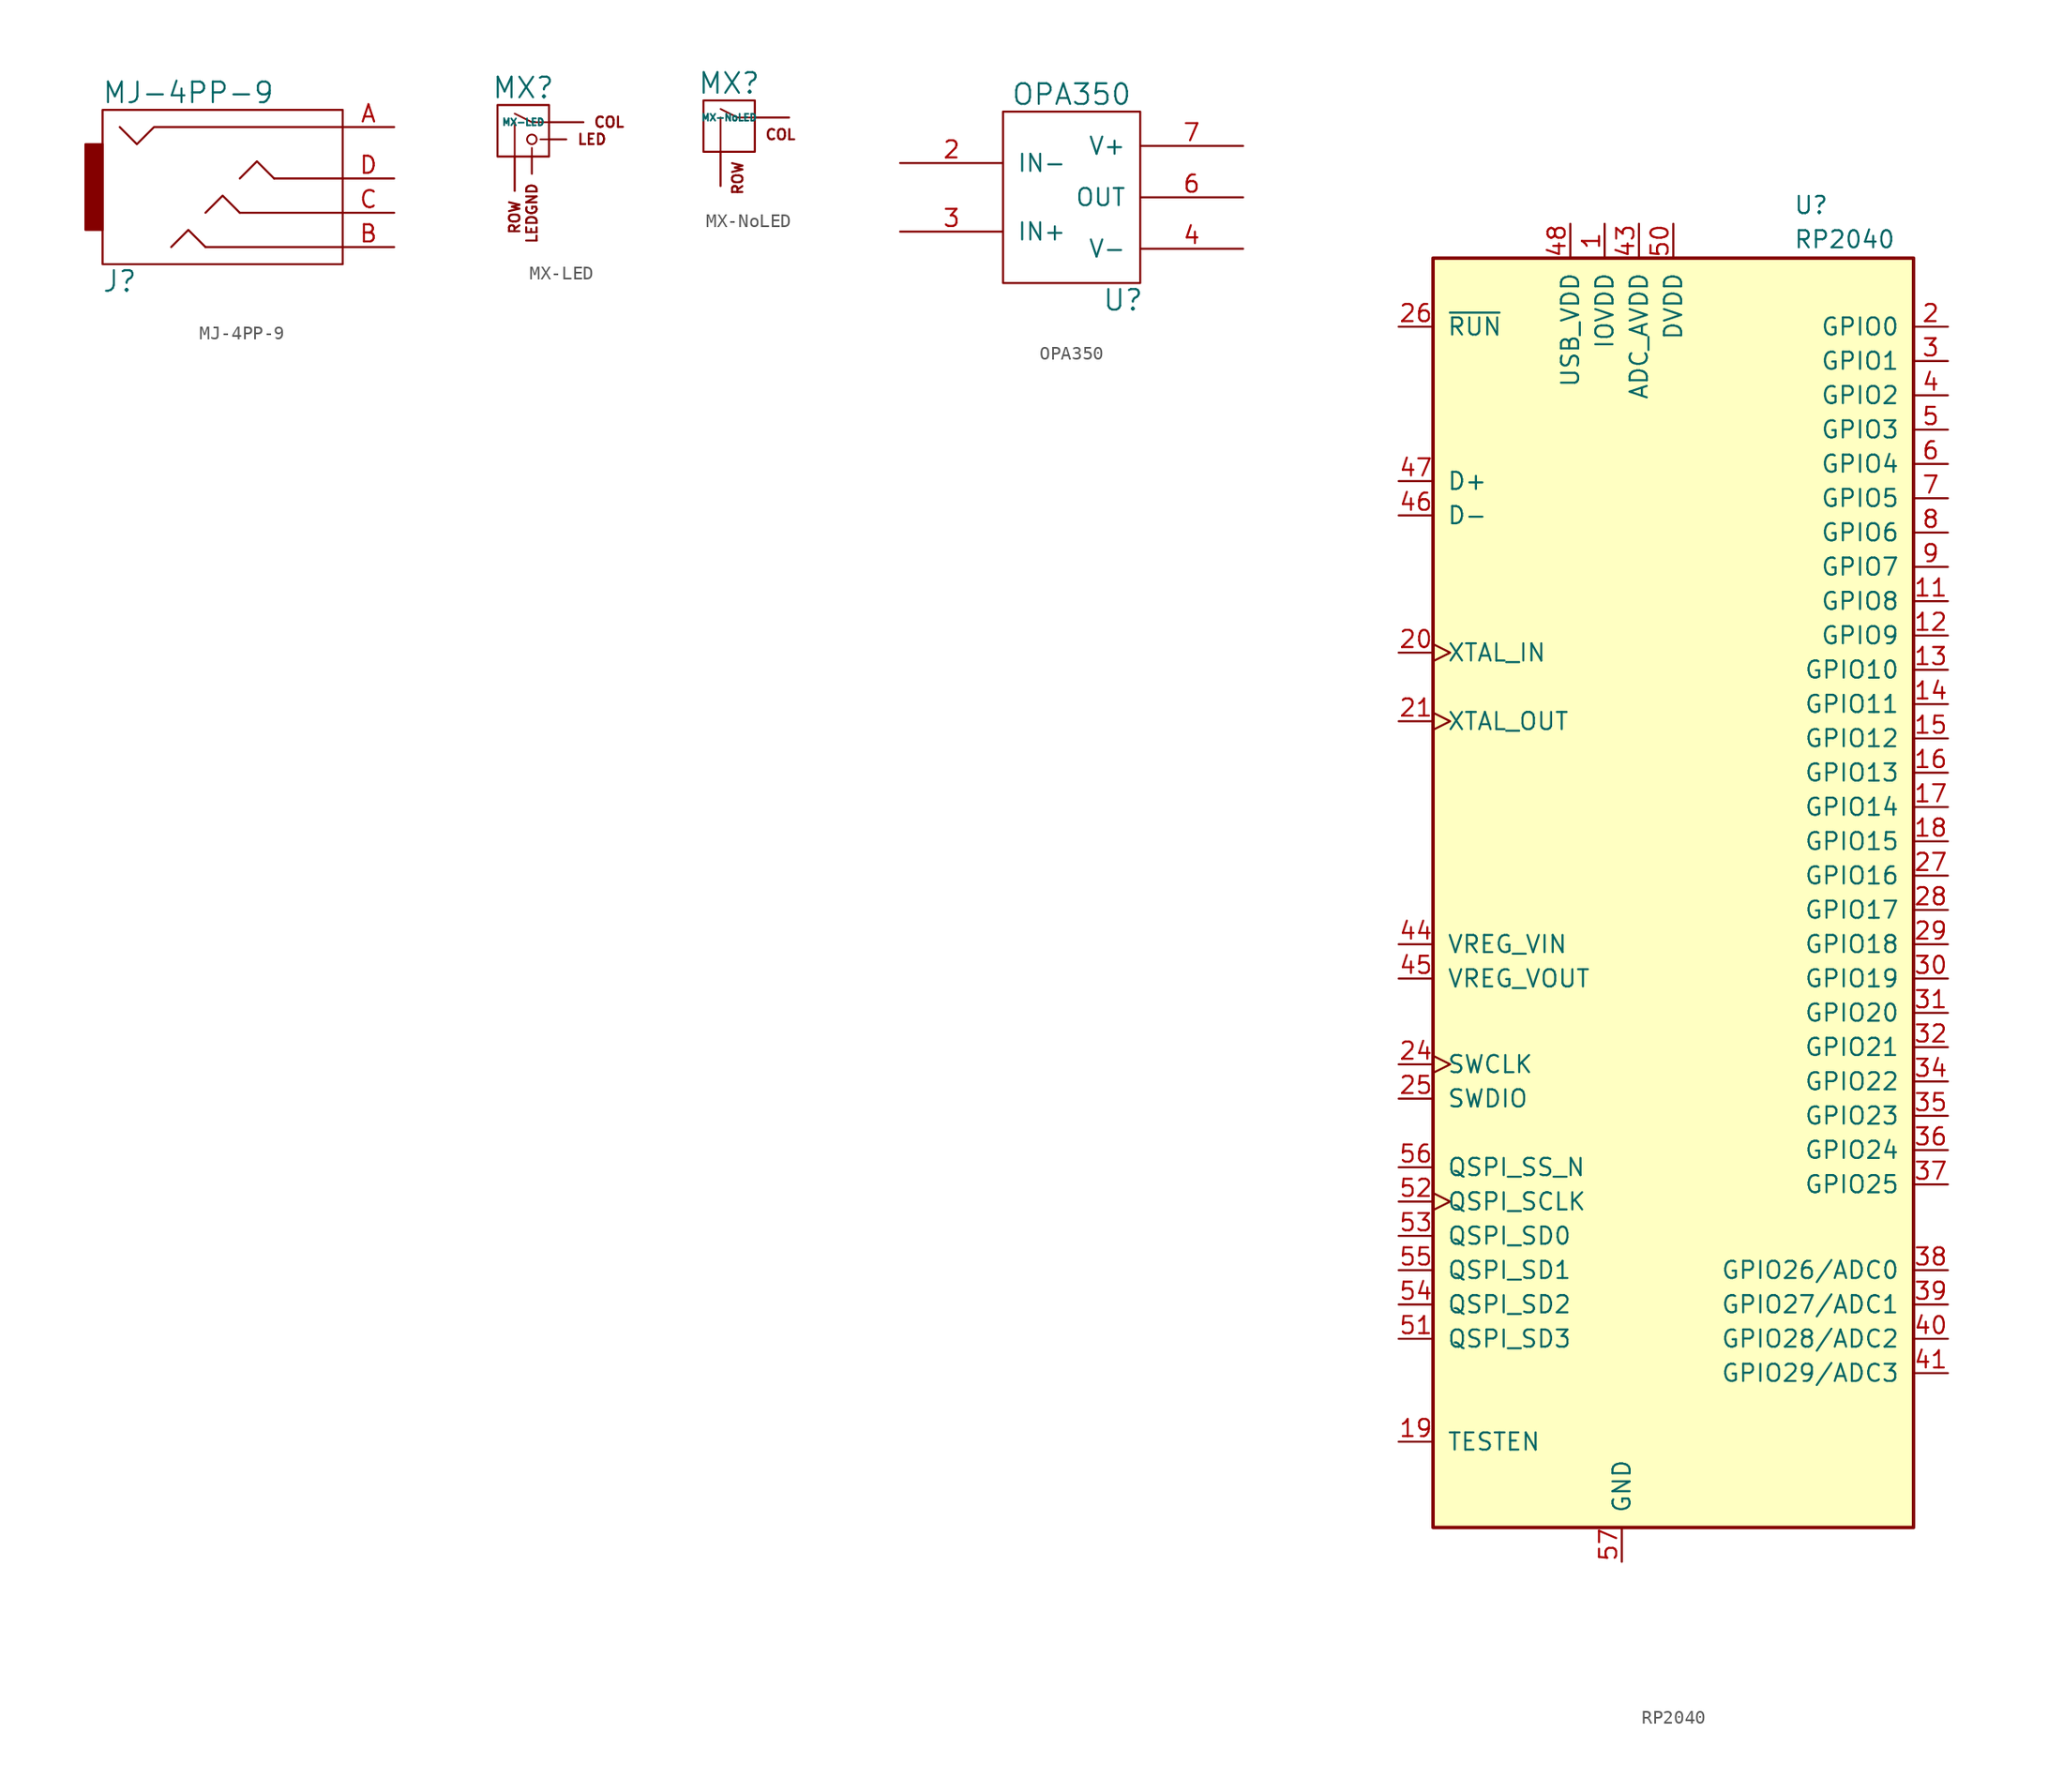
<source format=kicad_sym>
(kicad_symbol_lib
  (version 20211014)
  (generator kicad_symbol_editor)
  (symbol "MJ-4PP-9"
    (pin_names
      (offset 1.016))
    (property "Reference" "J"
      (at -8.89 -7.62 0)
      (effects (font (size 1.524 1.524))))
    (property "Value" "MJ-4PP-9"
      (at -3.81 6.35 0)
      (effects (font (size 1.524 1.524))))
    (property "Footprint" ""
      (at 0 0 0)
      (effects (font (size 1.524 1.524))))
    (property "Datasheet" ""
      (at 0 0 0)
      (effects (font (size 1.524 1.524))))
    (symbol "MJ-4PP-9_0_1"
      (rectangle (start -11.43 2.54) (end -10.16 -3.81) (stroke (width 0) (type default) (color 0 0 0 0)) (fill (type outline)))
      (polyline (pts (xy 2.54 0) (xy 7.62 0)) (stroke (width 0) (type default) (color 0 0 0 0)) (fill (type none)))
      (polyline (pts (xy -2.54 -5.08) (xy 7.62 -5.08) (xy 7.62 -5.08)) (stroke (width 0) (type default) (color 0 0 0 0)) (fill (type none)))
      (polyline (pts (xy 0 -2.54) (xy -1.27 -1.27) (xy -2.54 -2.54)) (stroke (width 0) (type default) (color 0 0 0 0)) (fill (type none)))
      (polyline (pts (xy 0 0) (xy 1.27 1.27) (xy 2.54 0)) (stroke (width 0) (type default) (color 0 0 0 0)) (fill (type none)))
      (polyline (pts (xy -2.54 -5.08) (xy -3.81 -3.81) (xy -5.08 -5.08) (xy -5.08 -5.08)) (stroke (width 0) (type default) (color 0 0 0 0)) (fill (type none)))
      (polyline (pts (xy 0 -2.54) (xy 7.62 -2.54) (xy 7.62 -2.54) (xy 7.62 -2.54)) (stroke (width 0) (type default) (color 0 0 0 0)) (fill (type none)))
      (polyline (pts (xy 7.62 3.81) (xy -6.35 3.81) (xy -7.62 2.54) (xy -8.89 3.81) (xy -8.89 3.81)) (stroke (width 0) (type default) (color 0 0 0 0)) (fill (type none)))
      (rectangle (start 7.62 -6.35) (end -10.16 5.08) (stroke (width 0) (type default) (color 0 0 0 0)) (fill (type none))))
    (symbol "MJ-4PP-9_1_1"
      (pin passive line (at 11.43 3.81 180) (length 3.81) (name "~" (effects (font (size 1.27 1.27)))) (number "A" (effects (font (size 1.27 1.27)))))
      (pin passive line (at 11.43 -5.08 180) (length 3.81) (name "~" (effects (font (size 1.27 1.27)))) (number "B" (effects (font (size 1.27 1.27)))))
      (pin passive line (at 11.43 -2.54 180) (length 3.81) (name "~" (effects (font (size 1.27 1.27)))) (number "C" (effects (font (size 1.27 1.27)))))
      (pin passive line (at 11.43 0 180) (length 3.81) (name "~" (effects (font (size 1.27 1.27)))) (number "D" (effects (font (size 1.27 1.27)))))))
  (symbol "MX-LED"
    (pin_names
      (offset 1.016))
    (property "Reference" "MX"
      (at -0.635 3.81 0)
      (effects (font (size 1.524 1.524))))
    (property "Value" "MX-LED"
      (at -0.635 1.27 0)
      (effects (font (size 0.508 0.508))))
    (symbol "MX-LED_0_0"
      (rectangle (start -2.54 2.54) (end 1.27 -1.27) (stroke (width 0) (type default) (color 0 0 0 0)) (fill (type none)))
      (polyline (pts (xy -1.27 -1.27) (xy -1.27 1.27)) (stroke (width 0.127) (type default) (color 0 0 0 0)) (fill (type none)))
      (polyline (pts (xy 0 -1.27) (xy 0 -0.635)) (stroke (width 0.127) (type default) (color 0 0 0 0)) (fill (type none)))
      (polyline (pts (xy 1.27 0) (xy 0.635 0)) (stroke (width 0.127) (type default) (color 0 0 0 0)) (fill (type none)))
      (polyline (pts (xy 1.27 1.27) (xy 0 1.27) (xy -1.27 1.905)) (stroke (width 0.127) (type default) (color 0 0 0 0)) (fill (type none)))
      (circle (center 0 0) (radius 0.356) (stroke (width 0.127) (type default) (color 0 0 0 0)) (fill (type none)))
      (text "COL" (at 5.715 1.27 0) (effects (font (size 0.762 0.762))))
      (text "LED" (at 4.445 0 0) (effects (font (size 0.762 0.762))))
      (text "ROW" (at -1.27 -4.445 900) (effects (font (size 0.762 0.762)) (justify right))))
    (symbol "MX-LED_1_0"
      (text "LEDGND" (at 0 -3.175 900) (effects (font (size 0.762 0.762)) (justify right))))
    (symbol "MX-LED_1_1"
      (pin passive line (at 3.81 1.27 180) (length 2.54) (name "COL" (effects (font (size 0 0)))) (number "1" (effects (font (size 0 0)))))
      (pin passive line (at -1.27 -3.81 90) (length 2.54) (name "ROW" (effects (font (size 0 0)))) (number "2" (effects (font (size 0 0)))))
      (pin input line (at 2.54 0 180) (length 1.27) (name "LED" (effects (font (size 0 0)))) (number "3" (effects (font (size 0 0)))))
      (pin passive line (at 0 -2.54 90) (length 1.27) (name "LEDGND" (effects (font (size 0 0)))) (number "4" (effects (font (size 0 0)))))))
  (symbol "MX-NoLED"
    (pin_names
      (offset 1.016))
    (property "Reference" "MX"
      (at -0.635 3.81 0)
      (effects (font (size 1.524 1.524))))
    (property "Value" "MX-NoLED"
      (at -0.635 1.27 0)
      (effects (font (size 0.508 0.508))))
    (symbol "MX-NoLED_0_0"
      (rectangle (start -2.54 2.54) (end 1.27 -1.27) (stroke (width 0) (type default) (color 0 0 0 0)) (fill (type none)))
      (polyline (pts (xy -1.27 -1.27) (xy -1.27 1.27)) (stroke (width 0.127) (type default) (color 0 0 0 0)) (fill (type none)))
      (polyline (pts (xy 1.27 1.27) (xy 0 1.27) (xy -1.27 1.905)) (stroke (width 0.127) (type default) (color 0 0 0 0)) (fill (type none)))
      (text "COL" (at 3.175 0 0) (effects (font (size 0.762 0.762))))
      (text "ROW" (at 0 -1.905 900) (effects (font (size 0.762 0.762)) (justify right))))
    (symbol "MX-NoLED_1_1"
      (pin passive line (at 3.81 1.27 180) (length 2.54) (name "COL" (effects (font (size 0 0)))) (number "1" (effects (font (size 0 0)))))
      (pin passive line (at -1.27 -3.81 90) (length 2.54) (name "ROW" (effects (font (size 0 0)))) (number "2" (effects (font (size 0 0)))))))
  (symbol "OPA350"
    (pin_names
      (offset 1.016))
    (property "Reference" "U"
      (at 8.89 -7.62 0)
      (effects (font (size 1.524 1.524))))
    (property "Value" "OPA350"
      (at 5.08 7.62 0)
      (effects (font (size 1.524 1.524))))
    (property "Footprint" ""
      (at 0 0 0)
      (effects (font (size 1.524 1.524))))
    (property "Datasheet" ""
      (at 0 0 0)
      (effects (font (size 1.524 1.524))))
    (symbol "OPA350_0_1"
      (rectangle (start 0 -6.35) (end 10.16 6.35) (stroke (width 0) (type default) (color 0 0 0 0)) (fill (type none)))
      (pin input line (at -7.62 2.54 0) (length 7.62) (name "IN-" (effects (font (size 1.27 1.27)))) (number "2" (effects (font (size 1.27 1.27)))))
      (pin input line (at -7.62 -2.54 0) (length 7.62) (name "IN+" (effects (font (size 1.27 1.27)))) (number "3" (effects (font (size 1.27 1.27)))))
      (pin input line (at 17.78 -3.81 180) (length 7.62) (name "V-" (effects (font (size 1.27 1.27)))) (number "4" (effects (font (size 1.27 1.27)))))
      (pin input line (at 17.78 0 180) (length 7.62) (name "OUT" (effects (font (size 1.27 1.27)))) (number "6" (effects (font (size 1.27 1.27)))))
      (pin input line (at 17.78 3.81 180) (length 7.62) (name "V+" (effects (font (size 1.27 1.27)))) (number "7" (effects (font (size 1.27 1.27)))))))
  (symbol "RP2040"
    (pin_names
      (offset 1.016))
    (property "Reference" "U"
      (at 8.89 51.435 0)
      (effects (font (size 1.27 1.27)) (justify left bottom)))
    (property "Value" "RP2040"
      (at 8.89 48.895 0)
      (effects (font (size 1.27 1.27)) (justify left bottom)))
    (symbol "RP2040_0_0"
      (rectangle (start -17.78 -45.72) (end 17.78 48.26) (stroke (width 0.254) (type default) (color 0 0 0 0)) (fill (type background))))
    (symbol "RP2040_1_1"
      (pin power_in line (at -5.08 50.8 270) (length 2.54) (name "IOVDD" (effects (font (size 1.27 1.27)))) (number "1" (effects (font (size 1.27 1.27)))))
      (pin power_in line (at -5.08 50.8 270) (length 2.54) hide (name "IOVDD" (effects (font (size 1.27 1.27)))) (number "10" (effects (font (size 1.27 1.27)))))
      (pin input line (at 20.32 22.86 180) (length 2.54) (name "GPIO8" (effects (font (size 1.27 1.27)))) (number "11" (effects (font (size 1.27 1.27)))))
      (pin input line (at 20.32 20.32 180) (length 2.54) (name "GPIO9" (effects (font (size 1.27 1.27)))) (number "12" (effects (font (size 1.27 1.27)))))
      (pin input line (at 20.32 17.78 180) (length 2.54) (name "GPIO10" (effects (font (size 1.27 1.27)))) (number "13" (effects (font (size 1.27 1.27)))))
      (pin input line (at 20.32 15.24 180) (length 2.54) (name "GPIO11" (effects (font (size 1.27 1.27)))) (number "14" (effects (font (size 1.27 1.27)))))
      (pin input line (at 20.32 12.7 180) (length 2.54) (name "GPIO12" (effects (font (size 1.27 1.27)))) (number "15" (effects (font (size 1.27 1.27)))))
      (pin input line (at 20.32 10.16 180) (length 2.54) (name "GPIO13" (effects (font (size 1.27 1.27)))) (number "16" (effects (font (size 1.27 1.27)))))
      (pin input line (at 20.32 7.62 180) (length 2.54) (name "GPIO14" (effects (font (size 1.27 1.27)))) (number "17" (effects (font (size 1.27 1.27)))))
      (pin input line (at 20.32 5.08 180) (length 2.54) (name "GPIO15" (effects (font (size 1.27 1.27)))) (number "18" (effects (font (size 1.27 1.27)))))
      (pin input line (at -20.32 -39.37 0) (length 2.54) (name "TESTEN" (effects (font (size 1.27 1.27)))) (number "19" (effects (font (size 1.27 1.27)))))
      (pin input line (at 20.32 43.18 180) (length 2.54) (name "GPIO0" (effects (font (size 1.27 1.27)))) (number "2" (effects (font (size 1.27 1.27)))))
      (pin input clock (at -20.32 19.05 0) (length 2.54) (name "XTAL_IN" (effects (font (size 1.27 1.27)))) (number "20" (effects (font (size 1.27 1.27)))))
      (pin input clock (at -20.32 13.97 0) (length 2.54) (name "XTAL_OUT" (effects (font (size 1.27 1.27)))) (number "21" (effects (font (size 1.27 1.27)))))
      (pin power_in line (at -5.08 50.8 270) (length 2.54) hide (name "IOVDD" (effects (font (size 1.27 1.27)))) (number "22" (effects (font (size 1.27 1.27)))))
      (pin power_in line (at 0 50.8 270) (length 2.54) hide (name "DVDD" (effects (font (size 1.27 1.27)))) (number "23" (effects (font (size 1.27 1.27)))))
      (pin input clock (at -20.32 -11.43 0) (length 2.54) (name "SWCLK" (effects (font (size 1.27 1.27)))) (number "24" (effects (font (size 1.27 1.27)))))
      (pin bidirectional line (at -20.32 -13.97 0) (length 2.54) (name "SWDIO" (effects (font (size 1.27 1.27)))) (number "25" (effects (font (size 1.27 1.27)))))
      (pin input line (at -20.32 43.18 0) (length 2.54) (name "~{RUN}" (effects (font (size 1.27 1.27)))) (number "26" (effects (font (size 1.27 1.27)))))
      (pin input line (at 20.32 2.54 180) (length 2.54) (name "GPIO16" (effects (font (size 1.27 1.27)))) (number "27" (effects (font (size 1.27 1.27)))))
      (pin input line (at 20.32 0 180) (length 2.54) (name "GPIO17" (effects (font (size 1.27 1.27)))) (number "28" (effects (font (size 1.27 1.27)))))
      (pin input line (at 20.32 -2.54 180) (length 2.54) (name "GPIO18" (effects (font (size 1.27 1.27)))) (number "29" (effects (font (size 1.27 1.27)))))
      (pin input line (at 20.32 40.64 180) (length 2.54) (name "GPIO1" (effects (font (size 1.27 1.27)))) (number "3" (effects (font (size 1.27 1.27)))))
      (pin input line (at 20.32 -5.08 180) (length 2.54) (name "GPIO19" (effects (font (size 1.27 1.27)))) (number "30" (effects (font (size 1.27 1.27)))))
      (pin input line (at 20.32 -7.62 180) (length 2.54) (name "GPIO20" (effects (font (size 1.27 1.27)))) (number "31" (effects (font (size 1.27 1.27)))))
      (pin input line (at 20.32 -10.16 180) (length 2.54) (name "GPIO21" (effects (font (size 1.27 1.27)))) (number "32" (effects (font (size 1.27 1.27)))))
      (pin power_in line (at -5.08 50.8 270) (length 2.54) hide (name "IOVDD" (effects (font (size 1.27 1.27)))) (number "33" (effects (font (size 1.27 1.27)))))
      (pin input line (at 20.32 -12.7 180) (length 2.54) (name "GPIO22" (effects (font (size 1.27 1.27)))) (number "34" (effects (font (size 1.27 1.27)))))
      (pin input line (at 20.32 -15.24 180) (length 2.54) (name "GPIO23" (effects (font (size 1.27 1.27)))) (number "35" (effects (font (size 1.27 1.27)))))
      (pin input line (at 20.32 -17.78 180) (length 2.54) (name "GPIO24" (effects (font (size 1.27 1.27)))) (number "36" (effects (font (size 1.27 1.27)))))
      (pin input line (at 20.32 -20.32 180) (length 2.54) (name "GPIO25" (effects (font (size 1.27 1.27)))) (number "37" (effects (font (size 1.27 1.27)))))
      (pin input line (at 20.32 -26.67 180) (length 2.54) (name "GPIO26/ADC0" (effects (font (size 1.27 1.27)))) (number "38" (effects (font (size 1.27 1.27)))))
      (pin input line (at 20.32 -29.21 180) (length 2.54) (name "GPIO27/ADC1" (effects (font (size 1.27 1.27)))) (number "39" (effects (font (size 1.27 1.27)))))
      (pin input line (at 20.32 38.1 180) (length 2.54) (name "GPIO2" (effects (font (size 1.27 1.27)))) (number "4" (effects (font (size 1.27 1.27)))))
      (pin input line (at 20.32 -31.75 180) (length 2.54) (name "GPIO28/ADC2" (effects (font (size 1.27 1.27)))) (number "40" (effects (font (size 1.27 1.27)))))
      (pin input line (at 20.32 -34.29 180) (length 2.54) (name "GPIO29/ADC3" (effects (font (size 1.27 1.27)))) (number "41" (effects (font (size 1.27 1.27)))))
      (pin power_in line (at -5.08 50.8 270) (length 2.54) hide (name "IOVDD" (effects (font (size 1.27 1.27)))) (number "42" (effects (font (size 1.27 1.27)))))
      (pin power_in line (at -2.54 50.8 270) (length 2.54) (name "ADC_AVDD" (effects (font (size 1.27 1.27)))) (number "43" (effects (font (size 1.27 1.27)))))
      (pin power_in line (at -20.32 -2.54 0) (length 2.54) (name "VREG_VIN" (effects (font (size 1.27 1.27)))) (number "44" (effects (font (size 1.27 1.27)))))
      (pin power_out line (at -20.32 -5.08 0) (length 2.54) (name "VREG_VOUT" (effects (font (size 1.27 1.27)))) (number "45" (effects (font (size 1.27 1.27)))))
      (pin bidirectional line (at -20.32 29.21 0) (length 2.54) (name "D-" (effects (font (size 1.27 1.27)))) (number "46" (effects (font (size 1.27 1.27)))))
      (pin bidirectional line (at -20.32 31.75 0) (length 2.54) (name "D+" (effects (font (size 1.27 1.27)))) (number "47" (effects (font (size 1.27 1.27)))))
      (pin power_in line (at -7.62 50.8 270) (length 2.54) (name "USB_VDD" (effects (font (size 1.27 1.27)))) (number "48" (effects (font (size 1.27 1.27)))))
      (pin power_in line (at -5.08 50.8 270) (length 2.54) hide (name "IOVDD" (effects (font (size 1.27 1.27)))) (number "49" (effects (font (size 1.27 1.27)))))
      (pin input line (at 20.32 35.56 180) (length 2.54) (name "GPIO3" (effects (font (size 1.27 1.27)))) (number "5" (effects (font (size 1.27 1.27)))))
      (pin power_in line (at 0 50.8 270) (length 2.54) (name "DVDD" (effects (font (size 1.27 1.27)))) (number "50" (effects (font (size 1.27 1.27)))))
      (pin bidirectional line (at -20.32 -31.75 0) (length 2.54) (name "QSPI_SD3" (effects (font (size 1.27 1.27)))) (number "51" (effects (font (size 1.27 1.27)))))
      (pin input clock (at -20.32 -21.59 0) (length 2.54) (name "QSPI_SCLK" (effects (font (size 1.27 1.27)))) (number "52" (effects (font (size 1.27 1.27)))))
      (pin bidirectional line (at -20.32 -24.13 0) (length 2.54) (name "QSPI_SD0" (effects (font (size 1.27 1.27)))) (number "53" (effects (font (size 1.27 1.27)))))
      (pin bidirectional line (at -20.32 -29.21 0) (length 2.54) (name "QSPI_SD2" (effects (font (size 1.27 1.27)))) (number "54" (effects (font (size 1.27 1.27)))))
      (pin bidirectional line (at -20.32 -26.67 0) (length 2.54) (name "QSPI_SD1" (effects (font (size 1.27 1.27)))) (number "55" (effects (font (size 1.27 1.27)))))
      (pin bidirectional line (at -20.32 -19.05 0) (length 2.54) (name "QSPI_SS_N" (effects (font (size 1.27 1.27)))) (number "56" (effects (font (size 1.27 1.27)))))
      (pin power_in line (at -3.81 -48.26 90) (length 2.54) (name "GND" (effects (font (size 1.27 1.27)))) (number "57" (effects (font (size 1.27 1.27)))))
      (pin input line (at 20.32 33.02 180) (length 2.54) (name "GPIO4" (effects (font (size 1.27 1.27)))) (number "6" (effects (font (size 1.27 1.27)))))
      (pin input line (at 20.32 30.48 180) (length 2.54) (name "GPIO5" (effects (font (size 1.27 1.27)))) (number "7" (effects (font (size 1.27 1.27)))))
      (pin input line (at 20.32 27.94 180) (length 2.54) (name "GPIO6" (effects (font (size 1.27 1.27)))) (number "8" (effects (font (size 1.27 1.27)))))
      (pin input line (at 20.32 25.4 180) (length 2.54) (name "GPIO7" (effects (font (size 1.27 1.27)))) (number "9" (effects (font (size 1.27 1.27))))))))
</source>
